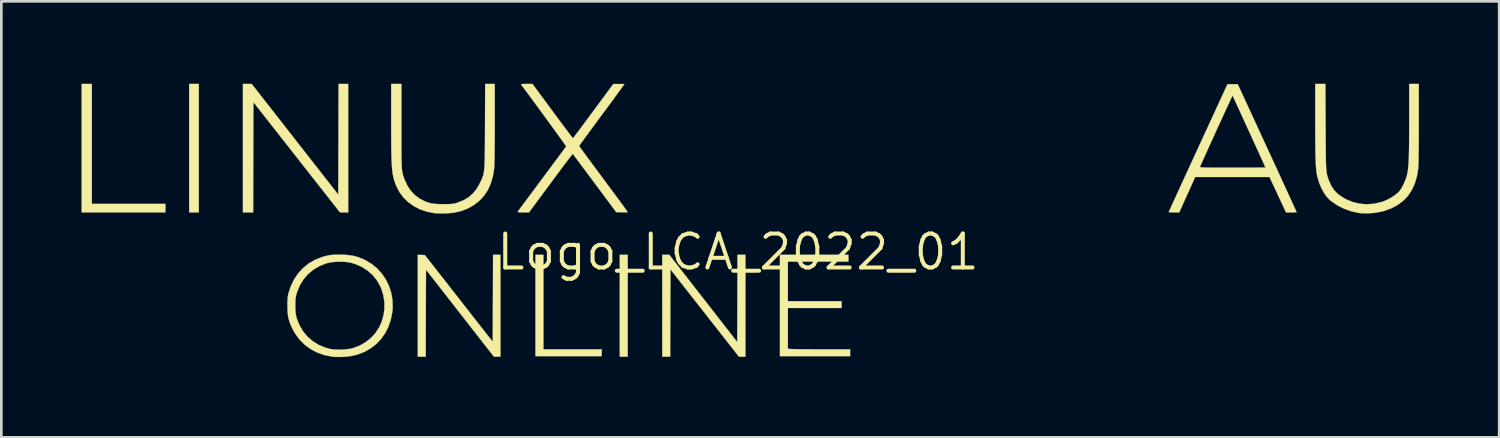
<source format=kicad_pcb>
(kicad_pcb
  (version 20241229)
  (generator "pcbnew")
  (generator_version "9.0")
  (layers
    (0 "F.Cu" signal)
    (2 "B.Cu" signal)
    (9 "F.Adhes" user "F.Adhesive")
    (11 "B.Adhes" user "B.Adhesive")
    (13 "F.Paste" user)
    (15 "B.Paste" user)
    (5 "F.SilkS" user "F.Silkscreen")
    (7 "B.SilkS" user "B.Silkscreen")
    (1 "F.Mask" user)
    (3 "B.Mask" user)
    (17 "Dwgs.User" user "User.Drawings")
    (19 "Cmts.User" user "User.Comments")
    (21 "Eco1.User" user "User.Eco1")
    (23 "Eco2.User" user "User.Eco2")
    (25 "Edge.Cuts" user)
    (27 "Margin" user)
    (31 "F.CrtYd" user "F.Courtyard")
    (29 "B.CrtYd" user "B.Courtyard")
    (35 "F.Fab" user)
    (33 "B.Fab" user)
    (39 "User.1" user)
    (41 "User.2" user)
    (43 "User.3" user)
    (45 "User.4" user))
  (footprint "Logo_LCA_2022_01"
    (layer "F.Cu")
    (at 24.558 6.376)
    (property "Reference" "Logo_LCA_2022_01" (at 0 0 0) (layer "F.SilkS") (effects (font (size 1.27 1.27) (thickness 0.15))))
    (attr through_hole)
    (fp_poly (pts (xy 16.04 -6.122) (xy 16.034 -5.958) (xy 14.6 -5.953) (xy 13.166 -5.948) (xy 13.166 -3.937) (xy 14.452 -3.932) (xy 15.737 -3.926) (xy 15.75 -3.598) (xy 13.166 -3.598) (xy 13.166 -1.482) (xy 12.806 -1.482) (xy 12.806 -6.287) (xy 16.046 -6.287) (xy 16.04 -6.122)) (stroke (width 0.01) (type solid)) (fill yes) (layer "F.Mask"))
    (fp_poly (pts (xy 11.155 -1.482) (xy 11.001 -1.482) (xy 10.848 -1.483) (xy 7.609 -5.606) (xy 7.599 -1.482) (xy 7.218 -1.482) (xy 7.218 -6.287) (xy 7.382 -6.286) (xy 7.546 -6.285) (xy 9.165 -4.215) (xy 10.784 -2.144) (xy 10.79 -4.215) (xy 10.795 -6.287) (xy 11.155 -6.287) (xy 11.155 -1.482)) (stroke (width 0.01) (type solid)) (fill yes) (layer "F.Mask"))
    (fp_poly (pts (xy 7.104 0.129) (xy 7.248 0.142) (xy 7.375 0.167) (xy 7.498 0.207) (xy 7.627 0.264) (xy 7.635 0.268) (xy 7.805 0.373) (xy 7.943 0.502) (xy 8.048 0.653) (xy 8.12 0.822) (xy 8.158 1.004) (xy 8.162 1.197) (xy 8.13 1.397) (xy 8.063 1.6) (xy 7.959 1.803) (xy 7.925 1.857) (xy 7.89 1.907) (xy 7.846 1.963) (xy 7.792 2.027) (xy 7.725 2.102) (xy 7.641 2.192) (xy 7.539 2.298) (xy 7.414 2.424) (xy 7.265 2.574) (xy 7.089 2.749) (xy 7.06 2.777) (xy 6.318 3.512) (xy 7.329 3.513) (xy 8.34 3.514) (xy 8.34 3.852) (xy 5.715 3.852) (xy 5.715 3.581) (xy 6.585 2.727) (xy 6.787 2.528) (xy 6.969 2.347) (xy 7.131 2.184) (xy 7.27 2.042) (xy 7.385 1.923) (xy 7.473 1.828) (xy 7.534 1.759) (xy 7.559 1.727) (xy 7.66 1.553) (xy 7.723 1.373) (xy 7.747 1.192) (xy 7.747 1.178) (xy 7.732 1.011) (xy 7.687 0.871) (xy 7.608 0.755) (xy 7.494 0.659) (xy 7.407 0.608) (xy 7.265 0.546) (xy 7.124 0.508) (xy 6.972 0.491) (xy 6.795 0.494) (xy 6.79 0.494) (xy 6.557 0.525) (xy 6.349 0.589) (xy 6.159 0.688) (xy 5.996 0.814) (xy 5.888 0.911) (xy 5.754 0.79) (xy 5.692 0.734) (xy 5.642 0.689) (xy 5.613 0.663) (xy 5.609 0.66) (xy 5.617 0.642) (xy 5.651 0.605) (xy 5.704 0.555) (xy 5.77 0.5) (xy 5.841 0.444) (xy 5.908 0.394) (xy 5.957 0.362) (xy 6.157 0.261) (xy 6.375 0.189) (xy 6.617 0.144) (xy 6.887 0.126) (xy 6.93 0.126) (xy 7.104 0.129)) (stroke (width 0.01) (type solid)) (fill yes) (layer "F.Mask"))
    (fp_poly (pts (xy 16.539 0.128) (xy 16.671 0.138) (xy 16.786 0.157) (xy 16.895 0.188) (xy 17.009 0.234) (xy 17.054 0.254) (xy 17.236 0.357) (xy 17.381 0.479) (xy 17.49 0.622) (xy 17.563 0.788) (xy 17.603 0.978) (xy 17.611 1.128) (xy 17.595 1.339) (xy 17.547 1.536) (xy 17.464 1.727) (xy 17.343 1.919) (xy 17.324 1.945) (xy 17.294 1.979) (xy 17.238 2.04) (xy 17.158 2.124) (xy 17.058 2.228) (xy 16.941 2.348) (xy 16.811 2.481) (xy 16.67 2.623) (xy 16.521 2.772) (xy 16.515 2.778) (xy 15.78 3.513) (xy 16.78 3.513) (xy 17.78 3.514) (xy 17.78 3.852) (xy 15.177 3.852) (xy 15.177 3.709) (xy 15.178 3.567) (xy 15.995 2.773) (xy 16.208 2.565) (xy 16.392 2.384) (xy 16.551 2.226) (xy 16.685 2.09) (xy 16.797 1.972) (xy 16.89 1.87) (xy 16.966 1.782) (xy 17.026 1.704) (xy 17.074 1.634) (xy 17.111 1.57) (xy 17.139 1.509) (xy 17.162 1.447) (xy 17.18 1.386) (xy 17.209 1.21) (xy 17.2 1.047) (xy 17.154 0.901) (xy 17.075 0.774) (xy 16.964 0.668) (xy 16.824 0.584) (xy 16.656 0.526) (xy 16.463 0.496) (xy 16.267 0.493) (xy 16.025 0.525) (xy 15.804 0.592) (xy 15.606 0.694) (xy 15.432 0.832) (xy 15.431 0.832) (xy 15.346 0.913) (xy 15.209 0.79) (xy 15.147 0.734) (xy 15.099 0.688) (xy 15.073 0.66) (xy 15.071 0.655) (xy 15.086 0.631) (xy 15.127 0.589) (xy 15.184 0.535) (xy 15.249 0.479) (xy 15.314 0.427) (xy 15.37 0.387) (xy 15.375 0.384) (xy 15.582 0.274) (xy 15.804 0.196) (xy 16.047 0.147) (xy 16.317 0.127) (xy 16.376 0.126) (xy 16.539 0.128)) (stroke (width 0.01) (type solid)) (fill yes) (layer "F.Mask"))
    (fp_poly (pts (xy 13.558 0.128) (xy 13.691 0.138) (xy 13.805 0.158) (xy 13.915 0.19) (xy 14.031 0.237) (xy 14.07 0.255) (xy 14.253 0.359) (xy 14.401 0.487) (xy 14.514 0.637) (xy 14.547 0.697) (xy 14.577 0.764) (xy 14.598 0.823) (xy 14.61 0.886) (xy 14.618 0.966) (xy 14.622 1.069) (xy 14.621 1.252) (xy 14.601 1.408) (xy 14.561 1.551) (xy 14.497 1.692) (xy 14.487 1.711) (xy 14.455 1.769) (xy 14.425 1.821) (xy 14.395 1.869) (xy 14.362 1.917) (xy 14.324 1.968) (xy 14.277 2.024) (xy 14.22 2.088) (xy 14.149 2.163) (xy 14.063 2.253) (xy 13.958 2.359) (xy 13.831 2.485) (xy 13.681 2.633) (xy 13.504 2.807) (xy 13.416 2.895) (xy 12.787 3.514) (xy 14.796 3.514) (xy 14.796 3.852) (xy 12.192 3.852) (xy 12.193 3.709) (xy 12.194 3.567) (xy 13.041 2.741) (xy 13.202 2.583) (xy 13.357 2.431) (xy 13.502 2.287) (xy 13.634 2.155) (xy 13.75 2.038) (xy 13.847 1.938) (xy 13.921 1.86) (xy 13.97 1.807) (xy 13.985 1.789) (xy 14.094 1.627) (xy 14.167 1.473) (xy 14.208 1.318) (xy 14.218 1.231) (xy 14.217 1.072) (xy 14.187 0.938) (xy 14.126 0.82) (xy 14.077 0.758) (xy 13.955 0.65) (xy 13.808 0.57) (xy 13.639 0.517) (xy 13.457 0.49) (xy 13.267 0.49) (xy 13.075 0.516) (xy 12.886 0.568) (xy 12.708 0.646) (xy 12.547 0.75) (xy 12.479 0.807) (xy 12.361 0.915) (xy 12.229 0.793) (xy 12.168 0.736) (xy 12.12 0.689) (xy 12.094 0.66) (xy 12.091 0.656) (xy 12.102 0.631) (xy 12.14 0.59) (xy 12.199 0.536) (xy 12.271 0.478) (xy 12.348 0.42) (xy 12.423 0.368) (xy 12.485 0.332) (xy 12.664 0.248) (xy 12.842 0.189) (xy 13.03 0.15) (xy 13.239 0.13) (xy 13.396 0.126) (xy 13.558 0.128)) (stroke (width 0.01) (type solid)) (fill yes) (layer "F.Mask"))
    (fp_poly (pts (xy -0.97 -6.314) (xy -0.672 -6.271) (xy -0.396 -6.196) (xy -0.14 -6.091) (xy -0.084 -6.063) (xy -0.013 -6.021) (xy 0.071 -5.966) (xy 0.16 -5.902) (xy 0.246 -5.836) (xy 0.323 -5.774) (xy 0.381 -5.722) (xy 0.414 -5.685) (xy 0.417 -5.679) (xy 0.409 -5.647) (xy 0.372 -5.595) (xy 0.317 -5.535) (xy 0.205 -5.421) (xy 0.097 -5.513) (xy -0.137 -5.686) (xy -0.385 -5.819) (xy -0.65 -5.914) (xy -0.932 -5.971) (xy -1.23 -5.99) (xy -1.53 -5.974) (xy -1.809 -5.926) (xy -2.075 -5.842) (xy -2.292 -5.745) (xy -2.429 -5.671) (xy -2.542 -5.599) (xy -2.647 -5.517) (xy -2.757 -5.416) (xy -2.796 -5.378) (xy -2.992 -5.152) (xy -3.152 -4.907) (xy -3.274 -4.644) (xy -3.357 -4.365) (xy -3.4 -4.07) (xy -3.408 -3.884) (xy -3.388 -3.583) (xy -3.329 -3.296) (xy -3.233 -3.025) (xy -3.102 -2.773) (xy -2.937 -2.543) (xy -2.74 -2.337) (xy -2.512 -2.158) (xy -2.257 -2.009) (xy -2.214 -1.988) (xy -1.944 -1.884) (xy -1.657 -1.816) (xy -1.359 -1.783) (xy -1.113 -1.785) (xy -0.818 -1.822) (xy -0.541 -1.898) (xy -0.278 -2.013) (xy -0.028 -2.168) (xy 0.029 -2.21) (xy 0.217 -2.354) (xy 0.444 -2.129) (xy 0.376 -2.057) (xy 0.197 -1.898) (xy -0.016 -1.758) (xy -0.257 -1.639) (xy -0.521 -1.544) (xy -0.72 -1.493) (xy -0.815 -1.478) (xy -0.941 -1.465) (xy -1.087 -1.456) (xy -1.241 -1.45) (xy -1.392 -1.448) (xy -1.528 -1.45) (xy -1.638 -1.457) (xy -1.668 -1.461) (xy -1.99 -1.526) (xy -2.293 -1.627) (xy -2.574 -1.763) (xy -2.832 -1.931) (xy -3.064 -2.13) (xy -3.269 -2.356) (xy -3.443 -2.609) (xy -3.585 -2.887) (xy -3.693 -3.187) (xy -3.73 -3.327) (xy -3.754 -3.472) (xy -3.771 -3.646) (xy -3.778 -3.834) (xy -3.777 -4.024) (xy -3.766 -4.203) (xy -3.747 -4.358) (xy -3.738 -4.403) (xy -3.651 -4.712) (xy -3.529 -5.003) (xy -3.373 -5.271) (xy -3.187 -5.515) (xy -2.972 -5.732) (xy -2.729 -5.918) (xy -2.487 -6.059) (xy -2.232 -6.171) (xy -1.978 -6.252) (xy -1.713 -6.303) (xy -1.428 -6.327) (xy -1.296 -6.329) (xy -0.97 -6.314)) (stroke (width 0.01) (type solid)) (fill yes) (layer "F.Mask"))
    (fp_poly (pts (xy 10.426 0.137) (xy 10.636 0.173) (xy 10.828 0.242) (xy 11.008 0.348) (xy 11.183 0.492) (xy 11.221 0.529) (xy 11.309 0.62) (xy 11.374 0.697) (xy 11.427 0.772) (xy 11.475 0.86) (xy 11.501 0.911) (xy 11.61 1.183) (xy 11.686 1.474) (xy 11.729 1.777) (xy 11.739 2.086) (xy 11.714 2.393) (xy 11.656 2.692) (xy 11.57 2.958) (xy 11.461 3.181) (xy 11.322 3.38) (xy 11.156 3.551) (xy 10.967 3.691) (xy 10.759 3.795) (xy 10.68 3.823) (xy 10.501 3.867) (xy 10.306 3.888) (xy 10.112 3.886) (xy 9.935 3.861) (xy 9.912 3.855) (xy 9.738 3.801) (xy 9.588 3.73) (xy 9.448 3.636) (xy 9.306 3.509) (xy 9.289 3.493) (xy 9.201 3.402) (xy 9.136 3.325) (xy 9.083 3.248) (xy 9.034 3.159) (xy 9.01 3.11) (xy 8.908 2.861) (xy 8.834 2.598) (xy 8.789 2.326) (xy 8.771 2.05) (xy 8.773 1.972) (xy 9.178 1.972) (xy 9.186 2.187) (xy 9.209 2.399) (xy 9.243 2.596) (xy 9.286 2.751) (xy 9.357 2.922) (xy 9.451 3.082) (xy 9.561 3.223) (xy 9.68 3.336) (xy 9.736 3.375) (xy 9.914 3.463) (xy 10.106 3.511) (xy 10.306 3.52) (xy 10.508 3.489) (xy 10.509 3.489) (xy 10.685 3.422) (xy 10.843 3.319) (xy 10.983 3.181) (xy 11.1 3.011) (xy 11.192 2.813) (xy 11.216 2.743) (xy 11.263 2.58) (xy 11.296 2.428) (xy 11.315 2.274) (xy 11.322 2.105) (xy 11.319 1.912) (xy 11.299 1.638) (xy 11.256 1.398) (xy 11.19 1.187) (xy 11.099 1.002) (xy 10.983 0.841) (xy 10.948 0.802) (xy 10.794 0.665) (xy 10.625 0.566) (xy 10.445 0.507) (xy 10.257 0.488) (xy 10.064 0.51) (xy 10.026 0.518) (xy 9.834 0.589) (xy 9.665 0.695) (xy 9.521 0.835) (xy 9.4 1.011) (xy 9.303 1.221) (xy 9.23 1.467) (xy 9.206 1.587) (xy 9.184 1.768) (xy 9.178 1.972) (xy 8.773 1.972) (xy 8.78 1.775) (xy 8.815 1.507) (xy 8.876 1.25) (xy 8.962 1.01) (xy 9.072 0.792) (xy 9.207 0.602) (xy 9.302 0.499) (xy 9.477 0.355) (xy 9.666 0.248) (xy 9.874 0.177) (xy 10.104 0.139) (xy 10.192 0.133) (xy 10.426 0.137)) (stroke (width 0.01) (type solid)) (fill yes) (layer "F.Mask"))
    (fp_poly (pts (xy 3.898 -6.357) (xy 4.14 -6.318) (xy 4.385 -6.258) (xy 4.618 -6.178) (xy 4.715 -6.137) (xy 4.959 -6.006) (xy 5.195 -5.838) (xy 5.414 -5.642) (xy 5.61 -5.423) (xy 5.777 -5.188) (xy 5.873 -5.017) (xy 5.98 -4.778) (xy 6.056 -4.549) (xy 6.102 -4.316) (xy 6.124 -4.066) (xy 6.126 -3.948) (xy 6.121 -3.738) (xy 6.102 -3.554) (xy 6.067 -3.381) (xy 6.013 -3.203) (xy 5.967 -3.08) (xy 5.828 -2.781) (xy 5.654 -2.503) (xy 5.449 -2.25) (xy 5.216 -2.024) (xy 4.959 -1.827) (xy 4.679 -1.663) (xy 4.381 -1.533) (xy 4.068 -1.441) (xy 4.017 -1.43) (xy 3.903 -1.414) (xy 3.761 -1.404) (xy 3.602 -1.399) (xy 3.441 -1.401) (xy 3.29 -1.409) (xy 3.163 -1.423) (xy 3.125 -1.43) (xy 2.819 -1.512) (xy 2.528 -1.634) (xy 2.252 -1.794) (xy 1.994 -1.993) (xy 1.862 -2.117) (xy 1.644 -2.361) (xy 1.464 -2.622) (xy 1.323 -2.899) (xy 1.222 -3.191) (xy 1.16 -3.497) (xy 1.146 -3.63) (xy 1.141 -3.951) (xy 1.177 -4.266) (xy 1.252 -4.572) (xy 1.365 -4.864) (xy 1.43 -4.993) (xy 1.48 -5.082) (xy 1.516 -5.138) (xy 1.547 -5.161) (xy 1.58 -5.153) (xy 1.624 -5.118) (xy 1.681 -5.061) (xy 1.804 -4.936) (xy 1.729 -4.802) (xy 1.647 -4.629) (xy 1.578 -4.431) (xy 1.527 -4.226) (xy 1.504 -4.081) (xy 1.494 -3.798) (xy 1.523 -3.52) (xy 1.59 -3.251) (xy 1.693 -2.993) (xy 1.828 -2.75) (xy 1.994 -2.525) (xy 2.188 -2.321) (xy 2.407 -2.143) (xy 2.651 -1.992) (xy 2.915 -1.873) (xy 3.123 -1.807) (xy 3.228 -1.781) (xy 3.323 -1.765) (xy 3.422 -1.755) (xy 3.54 -1.751) (xy 3.609 -1.75) (xy 3.819 -1.757) (xy 4.006 -1.781) (xy 4.184 -1.826) (xy 4.367 -1.896) (xy 4.498 -1.957) (xy 4.757 -2.106) (xy 4.991 -2.283) (xy 5.197 -2.484) (xy 5.374 -2.708) (xy 5.52 -2.948) (xy 5.632 -3.204) (xy 5.709 -3.469) (xy 5.749 -3.743) (xy 5.75 -4.019) (xy 5.726 -4.215) (xy 5.656 -4.504) (xy 5.549 -4.774) (xy 5.405 -5.024) (xy 5.223 -5.258) (xy 5.089 -5.397) (xy 4.855 -5.595) (xy 4.606 -5.754) (xy 4.346 -5.875) (xy 4.077 -5.956) (xy 3.802 -5.998) (xy 3.523 -5.999) (xy 3.243 -5.96) (xy 2.964 -5.879) (xy 2.728 -5.777) (xy 2.568 -5.697) (xy 2.444 -5.822) (xy 2.389 -5.877) (xy 2.355 -5.918) (xy 2.345 -5.949) (xy 2.362 -5.978) (xy 2.408 -6.011) (xy 2.486 -6.054) (xy 2.563 -6.095) (xy 2.795 -6.199) (xy 3.05 -6.281) (xy 3.313 -6.339) (xy 3.57 -6.368) (xy 3.672 -6.371) (xy 3.898 -6.357)) (stroke (width 0.01) (type solid)) (fill yes) (layer "F.Mask"))
    (fp_poly (pts (xy -20.172 -1.482) (xy -20.532 -1.482) (xy -20.532 -6.287) (xy -20.172 -6.287) (xy -20.172 -1.482)) (stroke (width 0.01) (type solid)) (fill yes) (layer "F.SilkS"))
    (fp_poly (pts (xy -4.128 3.916) (xy -4.424 3.916) (xy -4.424 0.106) (xy -4.128 0.106) (xy -4.128 3.916)) (stroke (width 0.01) (type solid)) (fill yes) (layer "F.SilkS"))
    (fp_poly (pts (xy -24.172 -1.799) (xy -21.421 -1.799) (xy -21.421 -1.482) (xy -24.553 -1.482) (xy -24.553 -6.287) (xy -24.172 -6.287) (xy -24.172 -1.799)) (stroke (width 0.01) (type solid)) (fill yes) (layer "F.SilkS"))
    (fp_poly (pts (xy -7.281 3.641) (xy -5.101 3.641) (xy -5.101 3.895) (xy -7.578 3.895) (xy -7.578 0.106) (xy -7.281 0.106) (xy -7.281 3.641)) (stroke (width 0.01) (type solid)) (fill yes) (layer "F.SilkS"))
    (fp_poly (pts (xy -14.584 -1.482) (xy -14.891 -1.482) (xy -16.51 -3.544) (xy -18.129 -5.606) (xy -18.14 -1.482) (xy -18.521 -1.482) (xy -18.521 -6.287) (xy -18.357 -6.286) (xy -18.193 -6.285) (xy -14.954 -2.144) (xy -14.949 -4.215) (xy -14.943 -6.287) (xy -14.584 -6.287) (xy -14.584 -1.482)) (stroke (width 0.01) (type solid)) (fill yes) (layer "F.SilkS"))
    (fp_poly (pts (xy -11.848 0.11) (xy -11.716 0.116) (xy -9.176 3.361) (xy -9.17 1.733) (xy -9.165 0.106) (xy -8.89 0.106) (xy -8.89 3.916) (xy -9.012 3.916) (xy -9.133 3.915) (xy -10.403 2.288) (xy -11.673 0.661) (xy -11.679 2.288) (xy -11.684 3.916) (xy -11.98 3.916) (xy -11.98 0.104) (xy -11.848 0.11)) (stroke (width 0.01) (type solid)) (fill yes) (layer "F.SilkS"))
    (fp_poly (pts (xy 0.275 3.916) (xy 0.153 3.916) (xy 0.032 3.915) (xy -2.529 0.65) (xy -2.535 2.283) (xy -2.54 3.916) (xy -2.836 3.916) (xy -2.836 0.106) (xy -2.704 0.106) (xy -2.572 0.106) (xy -1.302 1.737) (xy -0.032 3.368) (xy -0.026 1.737) (xy -0.021 0.106) (xy 0.275 0.106) (xy 0.275 3.916)) (stroke (width 0.01) (type solid)) (fill yes) (layer "F.SilkS"))
    (fp_poly (pts (xy 4.128 0.36) (xy 1.863 0.36) (xy 1.863 1.841) (xy 3.873 1.841) (xy 3.873 2.095) (xy 1.863 2.095) (xy 1.863 3.614) (xy 1.929 3.627) (xy 1.962 3.63) (xy 2.034 3.632) (xy 2.14 3.635) (xy 2.275 3.637) (xy 2.435 3.638) (xy 2.616 3.639) (xy 2.815 3.64) (xy 3.025 3.641) (xy 3.093 3.641) (xy 4.191 3.641) (xy 4.191 3.895) (xy 1.566 3.895) (xy 1.566 0.106) (xy 4.128 0.106) (xy 4.128 0.36)) (stroke (width 0.01) (type solid)) (fill yes) (layer "F.SilkS"))
    (fp_poly (pts (xy 21.977 -4.683) (xy 21.978 -4.376) (xy 21.98 -4.107) (xy 21.982 -3.875) (xy 21.983 -3.675) (xy 21.986 -3.505) (xy 21.989 -3.361) (xy 21.993 -3.239) (xy 21.999 -3.138) (xy 22.006 -3.053) (xy 22.014 -2.981) (xy 22.024 -2.92) (xy 22.037 -2.865) (xy 22.051 -2.814) (xy 22.068 -2.763) (xy 22.088 -2.71) (xy 22.109 -2.654) (xy 22.194 -2.467) (xy 22.3 -2.308) (xy 22.433 -2.172) (xy 22.599 -2.052) (xy 22.752 -1.967) (xy 23 -1.866) (xy 23.258 -1.805) (xy 23.522 -1.785) (xy 23.788 -1.805) (xy 24.053 -1.865) (xy 24.175 -1.907) (xy 24.311 -1.969) (xy 24.449 -2.046) (xy 24.577 -2.132) (xy 24.683 -2.219) (xy 24.734 -2.271) (xy 24.803 -2.368) (xy 24.874 -2.493) (xy 24.939 -2.633) (xy 24.993 -2.776) (xy 25.019 -2.865) (xy 25.035 -2.935) (xy 25.049 -3.012) (xy 25.061 -3.099) (xy 25.071 -3.198) (xy 25.08 -3.314) (xy 25.087 -3.449) (xy 25.092 -3.607) (xy 25.097 -3.79) (xy 25.1 -4.002) (xy 25.102 -4.247) (xy 25.103 -4.526) (xy 25.104 -4.844) (xy 25.104 -4.924) (xy 25.104 -6.287) (xy 25.463 -6.287) (xy 25.463 -4.8) (xy 25.463 -4.514) (xy 25.462 -4.246) (xy 25.46 -3.999) (xy 25.458 -3.776) (xy 25.456 -3.579) (xy 25.453 -3.412) (xy 25.449 -3.279) (xy 25.446 -3.181) (xy 25.441 -3.123) (xy 25.441 -3.123) (xy 25.391 -2.823) (xy 25.311 -2.554) (xy 25.201 -2.315) (xy 25.061 -2.105) (xy 24.89 -1.924) (xy 24.688 -1.77) (xy 24.453 -1.643) (xy 24.186 -1.543) (xy 24.069 -1.51) (xy 23.924 -1.481) (xy 23.756 -1.46) (xy 23.579 -1.448) (xy 23.409 -1.446) (xy 23.258 -1.455) (xy 23.211 -1.461) (xy 22.937 -1.523) (xy 22.672 -1.617) (xy 22.425 -1.74) (xy 22.204 -1.89) (xy 22.112 -1.966) (xy 22.006 -2.082) (xy 21.905 -2.231) (xy 21.813 -2.405) (xy 21.735 -2.594) (xy 21.676 -2.79) (xy 21.667 -2.829) (xy 21.652 -2.899) (xy 21.64 -2.976) (xy 21.629 -3.062) (xy 21.62 -3.16) (xy 21.612 -3.274) (xy 21.606 -3.407) (xy 21.601 -3.561) (xy 21.597 -3.741) (xy 21.594 -3.949) (xy 21.592 -4.189) (xy 21.591 -4.464) (xy 21.59 -4.777) (xy 21.59 -4.874) (xy 21.59 -6.287) (xy 21.969 -6.287) (xy 21.977 -4.683)) (stroke (width 0.01) (type solid)) (fill yes) (layer "F.SilkS"))
    (fp_poly (pts (xy 19.791 -3.889) (xy 19.93 -3.59) (xy 20.063 -3.301) (xy 20.19 -3.025) (xy 20.31 -2.764) (xy 20.421 -2.521) (xy 20.524 -2.298) (xy 20.616 -2.097) (xy 20.696 -1.921) (xy 20.765 -1.772) (xy 20.819 -1.653) (xy 20.859 -1.564) (xy 20.884 -1.51) (xy 20.892 -1.492) (xy 20.872 -1.488) (xy 20.819 -1.484) (xy 20.743 -1.482) (xy 20.694 -1.482) (xy 20.497 -1.482) (xy 19.878 -2.805) (xy 17.099 -2.805) (xy 16.502 -1.482) (xy 16.305 -1.482) (xy 16.219 -1.483) (xy 16.153 -1.485) (xy 16.114 -1.489) (xy 16.108 -1.491) (xy 16.117 -1.511) (xy 16.142 -1.567) (xy 16.183 -1.657) (xy 16.238 -1.779) (xy 16.307 -1.929) (xy 16.388 -2.107) (xy 16.481 -2.309) (xy 16.584 -2.533) (xy 16.696 -2.777) (xy 16.816 -3.038) (xy 16.883 -3.183) (xy 17.28 -3.183) (xy 17.285 -3.176) (xy 17.3 -3.171) (xy 17.327 -3.166) (xy 17.37 -3.163) (xy 17.431 -3.16) (xy 17.515 -3.158) (xy 17.623 -3.156) (xy 17.76 -3.155) (xy 17.929 -3.154) (xy 18.132 -3.154) (xy 18.372 -3.154) (xy 18.497 -3.154) (xy 18.721 -3.154) (xy 18.932 -3.154) (xy 19.126 -3.155) (xy 19.299 -3.155) (xy 19.448 -3.156) (xy 19.569 -3.157) (xy 19.658 -3.158) (xy 19.712 -3.159) (xy 19.727 -3.16) (xy 19.719 -3.181) (xy 19.694 -3.236) (xy 19.656 -3.321) (xy 19.604 -3.434) (xy 19.543 -3.571) (xy 19.472 -3.727) (xy 19.393 -3.898) (xy 19.31 -4.082) (xy 19.222 -4.274) (xy 19.132 -4.47) (xy 19.042 -4.668) (xy 18.953 -4.862) (xy 18.867 -5.049) (xy 18.787 -5.225) (xy 18.712 -5.387) (xy 18.646 -5.531) (xy 18.59 -5.653) (xy 18.545 -5.749) (xy 18.514 -5.816) (xy 18.498 -5.849) (xy 18.497 -5.852) (xy 18.487 -5.834) (xy 18.462 -5.782) (xy 18.423 -5.699) (xy 18.371 -5.588) (xy 18.309 -5.454) (xy 18.238 -5.3) (xy 18.16 -5.13) (xy 18.077 -4.948) (xy 17.989 -4.758) (xy 17.9 -4.563) (xy 17.811 -4.367) (xy 17.723 -4.174) (xy 17.638 -3.988) (xy 17.559 -3.813) (xy 17.486 -3.651) (xy 17.421 -3.508) (xy 17.367 -3.386) (xy 17.324 -3.29) (xy 17.295 -3.223) (xy 17.281 -3.191) (xy 17.28 -3.183) (xy 16.883 -3.183) (xy 16.944 -3.315) (xy 17.077 -3.605) (xy 17.207 -3.888) (xy 18.307 -6.276) (xy 18.691 -6.276) (xy 19.791 -3.889)) (stroke (width 0.01) (type solid)) (fill yes) (layer "F.SilkS"))
    (fp_poly (pts (xy -12.594 -4.715) (xy -12.594 -4.408) (xy -12.594 -4.141) (xy -12.594 -3.909) (xy -12.593 -3.71) (xy -12.591 -3.54) (xy -12.588 -3.396) (xy -12.585 -3.275) (xy -12.579 -3.174) (xy -12.572 -3.089) (xy -12.564 -3.017) (xy -12.553 -2.955) (xy -12.54 -2.9) (xy -12.525 -2.847) (xy -12.507 -2.795) (xy -12.486 -2.74) (xy -12.468 -2.694) (xy -12.365 -2.472) (xy -12.24 -2.285) (xy -12.09 -2.128) (xy -11.911 -1.998) (xy -11.8 -1.938) (xy -11.688 -1.886) (xy -11.586 -1.847) (xy -11.484 -1.82) (xy -11.372 -1.802) (xy -11.242 -1.793) (xy -11.082 -1.79) (xy -11.017 -1.79) (xy -10.882 -1.79) (xy -10.78 -1.793) (xy -10.701 -1.798) (xy -10.638 -1.806) (xy -10.58 -1.819) (xy -10.518 -1.837) (xy -10.488 -1.847) (xy -10.264 -1.939) (xy -10.072 -2.054) (xy -9.911 -2.196) (xy -9.775 -2.367) (xy -9.676 -2.54) (xy -9.64 -2.613) (xy -9.609 -2.677) (xy -9.581 -2.736) (xy -9.558 -2.794) (xy -9.538 -2.852) (xy -9.522 -2.916) (xy -9.508 -2.987) (xy -9.497 -3.07) (xy -9.489 -3.167) (xy -9.482 -3.282) (xy -9.477 -3.418) (xy -9.474 -3.579) (xy -9.471 -3.766) (xy -9.47 -3.985) (xy -9.468 -4.238) (xy -9.467 -4.528) (xy -9.466 -4.694) (xy -9.46 -6.287) (xy -9.102 -6.287) (xy -9.102 -4.8) (xy -9.102 -4.514) (xy -9.103 -4.246) (xy -9.105 -3.999) (xy -9.107 -3.776) (xy -9.109 -3.579) (xy -9.112 -3.412) (xy -9.116 -3.279) (xy -9.12 -3.181) (xy -9.124 -3.123) (xy -9.124 -3.123) (xy -9.173 -2.827) (xy -9.25 -2.563) (xy -9.355 -2.328) (xy -9.49 -2.12) (xy -9.654 -1.938) (xy -9.661 -1.932) (xy -9.873 -1.762) (xy -10.106 -1.629) (xy -10.361 -1.531) (xy -10.637 -1.469) (xy -10.936 -1.443) (xy -11.046 -1.443) (xy -11.151 -1.444) (xy -11.246 -1.447) (xy -11.319 -1.451) (xy -11.356 -1.454) (xy -11.633 -1.507) (xy -11.891 -1.594) (xy -12.125 -1.712) (xy -12.334 -1.861) (xy -12.515 -2.037) (xy -12.666 -2.239) (xy -12.783 -2.466) (xy -12.802 -2.514) (xy -12.833 -2.596) (xy -12.859 -2.676) (xy -12.882 -2.756) (xy -12.902 -2.84) (xy -12.919 -2.932) (xy -12.933 -3.034) (xy -12.944 -3.15) (xy -12.954 -3.283) (xy -12.961 -3.437) (xy -12.966 -3.614) (xy -12.97 -3.819) (xy -12.973 -4.053) (xy -12.974 -4.321) (xy -12.975 -4.626) (xy -12.975 -4.863) (xy -12.975 -6.287) (xy -12.593 -6.287) (xy -12.594 -4.715)) (stroke (width 0.01) (type solid)) (fill yes) (layer "F.SilkS"))
    (fp_poly (pts (xy -14.87 0.099) (xy -14.634 0.109) (xy -14.426 0.137) (xy -14.233 0.185) (xy -14.043 0.258) (xy -13.938 0.307) (xy -13.706 0.446) (xy -13.5 0.616) (xy -13.322 0.813) (xy -13.174 1.034) (xy -13.057 1.274) (xy -12.974 1.53) (xy -12.927 1.797) (xy -12.919 2.072) (xy -12.931 2.227) (xy -12.986 2.517) (xy -13.075 2.786) (xy -13.198 3.031) (xy -13.352 3.251) (xy -13.536 3.444) (xy -13.748 3.608) (xy -13.986 3.74) (xy -14.247 3.839) (xy -14.422 3.883) (xy -14.564 3.905) (xy -14.728 3.92) (xy -14.898 3.927) (xy -15.057 3.925) (xy -15.187 3.914) (xy -15.475 3.855) (xy -15.742 3.761) (xy -15.986 3.633) (xy -16.206 3.472) (xy -16.399 3.281) (xy -16.563 3.06) (xy -16.659 2.889) (xy -16.733 2.731) (xy -16.787 2.589) (xy -16.823 2.45) (xy -16.845 2.303) (xy -16.855 2.133) (xy -16.856 2.021) (xy -16.856 2.011) (xy -16.562 2.011) (xy -16.558 2.176) (xy -16.546 2.313) (xy -16.521 2.437) (xy -16.481 2.559) (xy -16.423 2.696) (xy -16.389 2.768) (xy -16.263 2.98) (xy -16.104 3.168) (xy -15.916 3.331) (xy -15.701 3.466) (xy -15.466 3.569) (xy -15.241 3.632) (xy -15.117 3.648) (xy -14.967 3.655) (xy -14.804 3.652) (xy -14.644 3.64) (xy -14.501 3.619) (xy -14.418 3.6) (xy -14.167 3.507) (xy -13.94 3.38) (xy -13.74 3.223) (xy -13.569 3.037) (xy -13.428 2.823) (xy -13.337 2.626) (xy -13.264 2.38) (xy -13.228 2.125) (xy -13.23 1.867) (xy -13.269 1.613) (xy -13.344 1.371) (xy -13.378 1.293) (xy -13.507 1.065) (xy -13.667 0.865) (xy -13.856 0.696) (xy -14.072 0.558) (xy -14.313 0.452) (xy -14.495 0.399) (xy -14.645 0.374) (xy -14.818 0.362) (xy -14.999 0.364) (xy -15.175 0.378) (xy -15.331 0.405) (xy -15.399 0.423) (xy -15.653 0.524) (xy -15.881 0.657) (xy -16.08 0.821) (xy -16.248 1.014) (xy -16.386 1.234) (xy -16.49 1.48) (xy -16.515 1.56) (xy -16.536 1.641) (xy -16.55 1.72) (xy -16.558 1.807) (xy -16.562 1.917) (xy -16.562 2.011) (xy -16.856 2.011) (xy -16.855 1.864) (xy -16.849 1.741) (xy -16.838 1.641) (xy -16.821 1.559) (xy -16.732 1.282) (xy -16.609 1.029) (xy -16.456 0.802) (xy -16.273 0.602) (xy -16.063 0.432) (xy -15.829 0.295) (xy -15.579 0.195) (xy -15.446 0.155) (xy -15.326 0.128) (xy -15.207 0.11) (xy -15.075 0.101) (xy -14.918 0.099) (xy -14.87 0.099)) (stroke (width 0.01) (type solid)) (fill yes) (layer "F.SilkS"))
    (fp_poly (pts (xy -6.941 -5.271) (xy -6.806 -5.089) (xy -6.679 -4.916) (xy -6.56 -4.758) (xy -6.454 -4.616) (xy -6.362 -4.493) (xy -6.286 -4.393) (xy -6.228 -4.317) (xy -6.192 -4.271) (xy -6.178 -4.255) (xy -6.163 -4.272) (xy -6.126 -4.319) (xy -6.068 -4.395) (xy -5.991 -4.496) (xy -5.898 -4.619) (xy -5.792 -4.762) (xy -5.673 -4.921) (xy -5.546 -5.094) (xy -5.416 -5.269) (xy -4.667 -6.284) (xy -4.461 -6.285) (xy -4.373 -6.285) (xy -4.304 -6.283) (xy -4.262 -6.279) (xy -4.255 -6.277) (xy -4.267 -6.258) (xy -4.302 -6.209) (xy -4.359 -6.131) (xy -4.434 -6.028) (xy -4.527 -5.901) (xy -4.634 -5.755) (xy -4.754 -5.592) (xy -4.885 -5.414) (xy -5.025 -5.225) (xy -5.101 -5.122) (xy -5.245 -4.928) (xy -5.381 -4.743) (xy -5.507 -4.572) (xy -5.621 -4.417) (xy -5.722 -4.28) (xy -5.806 -4.164) (xy -5.873 -4.072) (xy -5.92 -4.007) (xy -5.944 -3.972) (xy -5.948 -3.967) (xy -5.936 -3.949) (xy -5.9 -3.899) (xy -5.843 -3.821) (xy -5.767 -3.717) (xy -5.674 -3.59) (xy -5.565 -3.443) (xy -5.443 -3.278) (xy -5.309 -3.097) (xy -5.167 -2.905) (xy -5.038 -2.731) (xy -4.889 -2.53) (xy -4.747 -2.339) (xy -4.615 -2.16) (xy -4.495 -1.997) (xy -4.388 -1.852) (xy -4.297 -1.728) (xy -4.223 -1.627) (xy -4.169 -1.552) (xy -4.137 -1.506) (xy -4.128 -1.492) (xy -4.147 -1.488) (xy -4.2 -1.485) (xy -4.278 -1.485) (xy -4.343 -1.486) (xy -4.558 -1.492) (xy -5.365 -2.577) (xy -5.506 -2.765) (xy -5.639 -2.944) (xy -5.763 -3.11) (xy -5.875 -3.26) (xy -5.973 -3.391) (xy -6.054 -3.5) (xy -6.118 -3.585) (xy -6.161 -3.643) (xy -6.182 -3.67) (xy -6.183 -3.672) (xy -6.197 -3.657) (xy -6.234 -3.611) (xy -6.292 -3.536) (xy -6.369 -3.436) (xy -6.462 -3.313) (xy -6.57 -3.17) (xy -6.69 -3.01) (xy -6.82 -2.835) (xy -6.958 -2.648) (xy -7.007 -2.582) (xy -7.821 -1.482) (xy -8.039 -1.482) (xy -8.142 -1.483) (xy -8.207 -1.487) (xy -8.239 -1.495) (xy -8.242 -1.506) (xy -8.227 -1.527) (xy -8.189 -1.579) (xy -8.13 -1.659) (xy -8.051 -1.765) (xy -7.956 -1.894) (xy -7.845 -2.043) (xy -7.722 -2.209) (xy -7.587 -2.389) (xy -7.444 -2.581) (xy -7.331 -2.733) (xy -7.183 -2.932) (xy -7.042 -3.121) (xy -6.911 -3.298) (xy -6.791 -3.459) (xy -6.685 -3.603) (xy -6.595 -3.725) (xy -6.522 -3.824) (xy -6.469 -3.897) (xy -6.438 -3.94) (xy -6.43 -3.952) (xy -6.441 -3.971) (xy -6.475 -4.02) (xy -6.53 -4.096) (xy -6.602 -4.197) (xy -6.689 -4.318) (xy -6.789 -4.456) (xy -6.899 -4.608) (xy -7.017 -4.77) (xy -7.14 -4.94) (xy -7.266 -5.113) (xy -7.393 -5.286) (xy -7.518 -5.456) (xy -7.638 -5.62) (xy -7.751 -5.774) (xy -7.854 -5.914) (xy -7.946 -6.038) (xy -8.023 -6.141) (xy -8.083 -6.222) (xy -8.113 -6.26) (xy -8.113 -6.272) (xy -8.09 -6.28) (xy -8.036 -6.285) (xy -7.947 -6.286) (xy -7.912 -6.287) (xy -7.692 -6.287) (xy -6.941 -5.271)) (stroke (width 0.01) (type solid)) (fill yes) (layer "F.SilkS")))
  (gr_rect
    (start -3 -3)
    (end 53.027 13.308)
    (stroke (width 0.1) (type default))
    (fill no)
    (layer "Edge.Cuts")))
</source>
